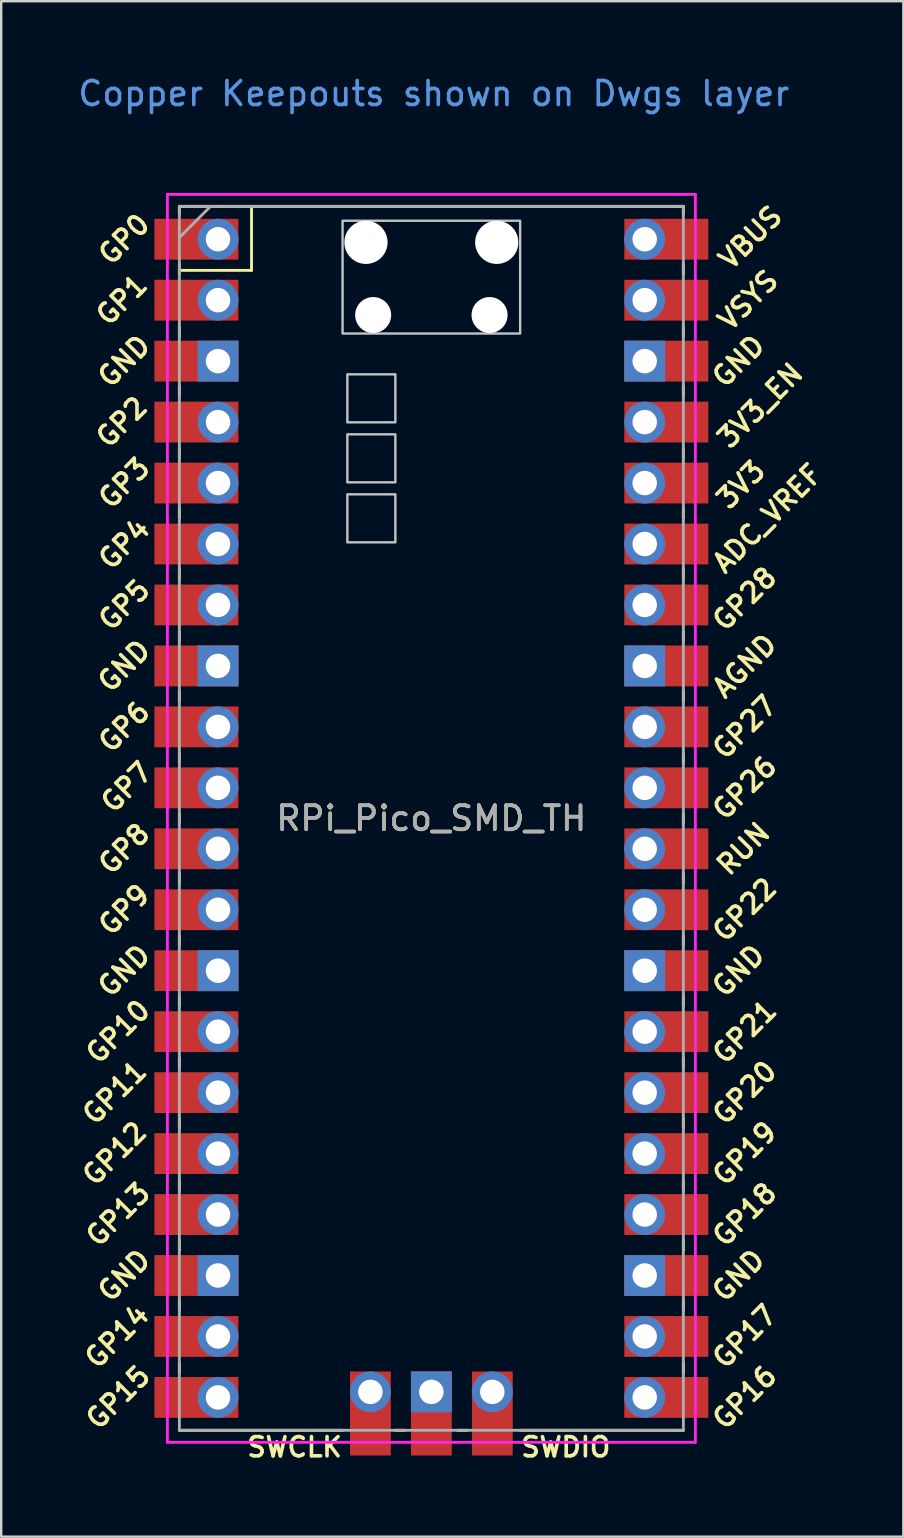
<source format=kicad_pcb>
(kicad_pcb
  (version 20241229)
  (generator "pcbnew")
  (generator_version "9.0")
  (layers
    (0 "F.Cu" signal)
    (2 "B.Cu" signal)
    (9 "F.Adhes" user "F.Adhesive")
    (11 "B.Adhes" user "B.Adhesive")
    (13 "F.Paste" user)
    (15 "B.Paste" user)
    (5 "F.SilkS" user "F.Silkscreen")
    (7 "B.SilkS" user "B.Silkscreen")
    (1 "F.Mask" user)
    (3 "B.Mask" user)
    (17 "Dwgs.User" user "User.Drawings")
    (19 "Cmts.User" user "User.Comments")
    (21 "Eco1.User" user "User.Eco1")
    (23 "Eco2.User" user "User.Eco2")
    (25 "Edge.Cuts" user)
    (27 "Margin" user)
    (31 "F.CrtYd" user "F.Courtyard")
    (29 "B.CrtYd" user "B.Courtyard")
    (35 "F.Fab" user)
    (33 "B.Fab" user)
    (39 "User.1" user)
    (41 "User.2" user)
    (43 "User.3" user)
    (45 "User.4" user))
  (footprint "RPi_Pico_SMD_TH"
    (layer "F.Cu")
    (at 14.924 31.048)
    (property "Reference" "RPi_Pico_SMD_TH" (at 0 0 0) (layer "F.SilkS") (effects (font (size 1 1) (thickness 0.15))))
    (attr through_hole)
    (fp_line (start -10.5 -25.5) (end -10.5 -25.2) (stroke (width 0.12) (type solid)) (layer "F.SilkS"))
    (fp_line (start -10.5 -25.5) (end 10.5 -25.5) (stroke (width 0.12) (type solid)) (layer "F.SilkS"))
    (fp_line (start -10.5 -23.1) (end -10.5 -22.7) (stroke (width 0.12) (type solid)) (layer "F.SilkS"))
    (fp_line (start -10.5 -22.833) (end -7.493 -22.833) (stroke (width 0.12) (type solid)) (layer "F.SilkS"))
    (fp_line (start -10.5 -20.5) (end -10.5 -20.1) (stroke (width 0.12) (type solid)) (layer "F.SilkS"))
    (fp_line (start -10.5 -18) (end -10.5 -17.6) (stroke (width 0.12) (type solid)) (layer "F.SilkS"))
    (fp_line (start -10.5 -15.4) (end -10.5 -15) (stroke (width 0.12) (type solid)) (layer "F.SilkS"))
    (fp_line (start -10.5 -12.9) (end -10.5 -12.5) (stroke (width 0.12) (type solid)) (layer "F.SilkS"))
    (fp_line (start -10.5 -10.4) (end -10.5 -10) (stroke (width 0.12) (type solid)) (layer "F.SilkS"))
    (fp_line (start -10.5 -7.8) (end -10.5 -7.4) (stroke (width 0.12) (type solid)) (layer "F.SilkS"))
    (fp_line (start -10.5 -5.3) (end -10.5 -4.9) (stroke (width 0.12) (type solid)) (layer "F.SilkS"))
    (fp_line (start -10.5 -2.7) (end -10.5 -2.3) (stroke (width 0.12) (type solid)) (layer "F.SilkS"))
    (fp_line (start -10.5 -0.2) (end -10.5 0.2) (stroke (width 0.12) (type solid)) (layer "F.SilkS"))
    (fp_line (start -10.5 2.3) (end -10.5 2.7) (stroke (width 0.12) (type solid)) (layer "F.SilkS"))
    (fp_line (start -10.5 4.9) (end -10.5 5.3) (stroke (width 0.12) (type solid)) (layer "F.SilkS"))
    (fp_line (start -10.5 7.4) (end -10.5 7.8) (stroke (width 0.12) (type solid)) (layer "F.SilkS"))
    (fp_line (start -10.5 10) (end -10.5 10.4) (stroke (width 0.12) (type solid)) (layer "F.SilkS"))
    (fp_line (start -10.5 12.5) (end -10.5 12.9) (stroke (width 0.12) (type solid)) (layer "F.SilkS"))
    (fp_line (start -10.5 15.1) (end -10.5 15.5) (stroke (width 0.12) (type solid)) (layer "F.SilkS"))
    (fp_line (start -10.5 17.6) (end -10.5 18) (stroke (width 0.12) (type solid)) (layer "F.SilkS"))
    (fp_line (start -10.5 20.1) (end -10.5 20.5) (stroke (width 0.12) (type solid)) (layer "F.SilkS"))
    (fp_line (start -10.5 22.7) (end -10.5 23.1) (stroke (width 0.12) (type solid)) (layer "F.SilkS"))
    (fp_line (start -7.493 -22.833) (end -7.493 -25.5) (stroke (width 0.12) (type solid)) (layer "F.SilkS"))
    (fp_line (start -3.7 25.5) (end -10.5 25.5) (stroke (width 0.12) (type solid)) (layer "F.SilkS"))
    (fp_line (start -1.5 25.5) (end -1.1 25.5) (stroke (width 0.12) (type solid)) (layer "F.SilkS"))
    (fp_line (start 1.1 25.5) (end 1.5 25.5) (stroke (width 0.12) (type solid)) (layer "F.SilkS"))
    (fp_line (start 10.5 -25.5) (end 10.5 -25.2) (stroke (width 0.12) (type solid)) (layer "F.SilkS"))
    (fp_line (start 10.5 -23.1) (end 10.5 -22.7) (stroke (width 0.12) (type solid)) (layer "F.SilkS"))
    (fp_line (start 10.5 -20.5) (end 10.5 -20.1) (stroke (width 0.12) (type solid)) (layer "F.SilkS"))
    (fp_line (start 10.5 -18) (end 10.5 -17.6) (stroke (width 0.12) (type solid)) (layer "F.SilkS"))
    (fp_line (start 10.5 -15.4) (end 10.5 -15) (stroke (width 0.12) (type solid)) (layer "F.SilkS"))
    (fp_line (start 10.5 -12.9) (end 10.5 -12.5) (stroke (width 0.12) (type solid)) (layer "F.SilkS"))
    (fp_line (start 10.5 -10.4) (end 10.5 -10) (stroke (width 0.12) (type solid)) (layer "F.SilkS"))
    (fp_line (start 10.5 -7.8) (end 10.5 -7.4) (stroke (width 0.12) (type solid)) (layer "F.SilkS"))
    (fp_line (start 10.5 -5.3) (end 10.5 -4.9) (stroke (width 0.12) (type solid)) (layer "F.SilkS"))
    (fp_line (start 10.5 -2.7) (end 10.5 -2.3) (stroke (width 0.12) (type solid)) (layer "F.SilkS"))
    (fp_line (start 10.5 -0.2) (end 10.5 0.2) (stroke (width 0.12) (type solid)) (layer "F.SilkS"))
    (fp_line (start 10.5 2.3) (end 10.5 2.7) (stroke (width 0.12) (type solid)) (layer "F.SilkS"))
    (fp_line (start 10.5 4.9) (end 10.5 5.3) (stroke (width 0.12) (type solid)) (layer "F.SilkS"))
    (fp_line (start 10.5 7.4) (end 10.5 7.8) (stroke (width 0.12) (type solid)) (layer "F.SilkS"))
    (fp_line (start 10.5 10) (end 10.5 10.4) (stroke (width 0.12) (type solid)) (layer "F.SilkS"))
    (fp_line (start 10.5 12.5) (end 10.5 12.9) (stroke (width 0.12) (type solid)) (layer "F.SilkS"))
    (fp_line (start 10.5 15.1) (end 10.5 15.5) (stroke (width 0.12) (type solid)) (layer "F.SilkS"))
    (fp_line (start 10.5 17.6) (end 10.5 18) (stroke (width 0.12) (type solid)) (layer "F.SilkS"))
    (fp_line (start 10.5 20.1) (end 10.5 20.5) (stroke (width 0.12) (type solid)) (layer "F.SilkS"))
    (fp_line (start 10.5 22.7) (end 10.5 23.1) (stroke (width 0.12) (type solid)) (layer "F.SilkS"))
    (fp_line (start 10.5 25.5) (end 3.7 25.5) (stroke (width 0.12) (type solid)) (layer "F.SilkS"))
    (fp_poly (pts (xy -1.5 -16.5) (xy -3.5 -16.5) (xy -3.5 -18.5) (xy -1.5 -18.5)) (stroke (width 0.1) (type solid)) (fill no) (layer "Dwgs.User"))
    (fp_poly (pts (xy -1.5 -14) (xy -3.5 -14) (xy -3.5 -16) (xy -1.5 -16)) (stroke (width 0.1) (type solid)) (fill no) (layer "Dwgs.User"))
    (fp_poly (pts (xy -1.5 -11.5) (xy -3.5 -11.5) (xy -3.5 -13.5) (xy -1.5 -13.5)) (stroke (width 0.1) (type solid)) (fill no) (layer "Dwgs.User"))
    (fp_poly (pts (xy 3.7 -20.2) (xy -3.7 -20.2) (xy -3.7 -24.9) (xy 3.7 -24.9)) (stroke (width 0.1) (type solid)) (fill no) (layer "Dwgs.User"))
    (fp_line (start -11 -26) (end 11 -26) (stroke (width 0.12) (type solid)) (layer "F.CrtYd"))
    (fp_line (start -11 26) (end -11 -26) (stroke (width 0.12) (type solid)) (layer "F.CrtYd"))
    (fp_line (start 11 -26) (end 11 26) (stroke (width 0.12) (type solid)) (layer "F.CrtYd"))
    (fp_line (start 11 26) (end -11 26) (stroke (width 0.12) (type solid)) (layer "F.CrtYd"))
    (fp_line (start -10.5 -25.5) (end 10.5 -25.5) (stroke (width 0.12) (type solid)) (layer "F.Fab"))
    (fp_line (start -10.5 -24.2) (end -9.2 -25.5) (stroke (width 0.12) (type solid)) (layer "F.Fab"))
    (fp_line (start -10.5 25.5) (end -10.5 -25.5) (stroke (width 0.12) (type solid)) (layer "F.Fab"))
    (fp_line (start 10.5 -25.5) (end 10.5 25.5) (stroke (width 0.12) (type solid)) (layer "F.Fab"))
    (fp_line (start 10.5 25.5) (end -10.5 25.5) (stroke (width 0.12) (type solid)) (layer "F.Fab"))
    (fp_text user "GP9" (at -12.8 3.81 45) (layer "F.SilkS") (effects (font (size 0.8 0.8) (thickness 0.15))))
    (fp_text user "ADC_VREF" (at 14 -12.5 45) (layer "F.SilkS") (effects (font (size 0.8 0.8) (thickness 0.15))))
    (fp_text user "GP3" (at -12.8 -13.97 45) (layer "F.SilkS") (effects (font (size 0.8 0.8) (thickness 0.15))))
    (fp_text user "GP28" (at 13.054 -9.144 45) (layer "F.SilkS") (effects (font (size 0.8 0.8) (thickness 0.15))))
    (fp_text user "GP5" (at -12.8 -8.89 45) (layer "F.SilkS") (effects (font (size 0.8 0.8) (thickness 0.15))))
    (fp_text user "GP6" (at -12.8 -3.81 45) (layer "F.SilkS") (effects (font (size 0.8 0.8) (thickness 0.15))))
    (fp_text user "GP21" (at 13.054 8.9 45) (layer "F.SilkS") (effects (font (size 0.8 0.8) (thickness 0.15))))
    (fp_text user "GND" (at -12.8 6.35 45) (layer "F.SilkS") (effects (font (size 0.8 0.8) (thickness 0.15))))
    (fp_text user "GP2" (at -12.9 -16.51 45) (layer "F.SilkS") (effects (font (size 0.8 0.8) (thickness 0.15))))
    (fp_text user "GND" (at -12.8 -6.35 45) (layer "F.SilkS") (effects (font (size 0.8 0.8) (thickness 0.15))))
    (fp_text user "GP12" (at -13.2 13.97 45) (layer "F.SilkS") (effects (font (size 0.8 0.8) (thickness 0.15))))
    (fp_text user "GND" (at -12.8 -19.05 45) (layer "F.SilkS") (effects (font (size 0.8 0.8) (thickness 0.15))))
    (fp_text user "GND" (at 12.8 19.05 45) (layer "F.SilkS") (effects (font (size 0.8 0.8) (thickness 0.15))))
    (fp_text user "GP11" (at -13.2 11.43 45) (layer "F.SilkS") (effects (font (size 0.8 0.8) (thickness 0.15))))
    (fp_text user "GP17" (at 13.054 21.59 45) (layer "F.SilkS") (effects (font (size 0.8 0.8) (thickness 0.15))))
    (fp_text user "GP10" (at -13.054 8.89 45) (layer "F.SilkS") (effects (font (size 0.8 0.8) (thickness 0.15))))
    (fp_text user "GP13" (at -13.054 16.51 45) (layer "F.SilkS") (effects (font (size 0.8 0.8) (thickness 0.15))))
    (fp_text user "SWCLK" (at -5.7 26.2 0) (layer "F.SilkS") (effects (font (size 0.8 0.8) (thickness 0.15))))
    (fp_text user "SWDIO" (at 5.6 26.2 0) (layer "F.SilkS") (effects (font (size 0.8 0.8) (thickness 0.15))))
    (fp_text user "GP16" (at 13.054 24.13 45) (layer "F.SilkS") (effects (font (size 0.8 0.8) (thickness 0.15))))
    (fp_text user "GP20" (at 13.054 11.43 45) (layer "F.SilkS") (effects (font (size 0.8 0.8) (thickness 0.15))))
    (fp_text user "GP4" (at -12.8 -11.43 45) (layer "F.SilkS") (effects (font (size 0.8 0.8) (thickness 0.15))))
    (fp_text user "3V3" (at 12.9 -13.9 45) (layer "F.SilkS") (effects (font (size 0.8 0.8) (thickness 0.15))))
    (fp_text user "GND" (at 12.8 -19.05 45) (layer "F.SilkS") (effects (font (size 0.8 0.8) (thickness 0.15))))
    (fp_text user "GP7" (at -12.7 -1.3 45) (layer "F.SilkS") (effects (font (size 0.8 0.8) (thickness 0.15))))
    (fp_text user "GND" (at -12.8 19.05 45) (layer "F.SilkS") (effects (font (size 0.8 0.8) (thickness 0.15))))
    (fp_text user "3V3_EN" (at 13.7 -17.2 45) (layer "F.SilkS") (effects (font (size 0.8 0.8) (thickness 0.15))))
    (fp_text user "GP26" (at 13.054 -1.27 45) (layer "F.SilkS") (effects (font (size 0.8 0.8) (thickness 0.15))))
    (fp_text user "GP1" (at -12.9 -21.6 45) (layer "F.SilkS") (effects (font (size 0.8 0.8) (thickness 0.15))))
    (fp_text user "GP15" (at -13.054 24.13 45) (layer "F.SilkS") (effects (font (size 0.8 0.8) (thickness 0.15))))
    (fp_text user "AGND" (at 13.054 -6.35 45) (layer "F.SilkS") (effects (font (size 0.8 0.8) (thickness 0.15))))
    (fp_text user "GP8" (at -12.8 1.27 45) (layer "F.SilkS") (effects (font (size 0.8 0.8) (thickness 0.15))))
    (fp_text user "RUN" (at 13 1.27 45) (layer "F.SilkS") (effects (font (size 0.8 0.8) (thickness 0.15))))
    (fp_text user "GP14" (at -13.1 21.59 45) (layer "F.SilkS") (effects (font (size 0.8 0.8) (thickness 0.15))))
    (fp_text user "GP22" (at 13.054 3.81 45) (layer "F.SilkS") (effects (font (size 0.8 0.8) (thickness 0.15))))
    (fp_text user "VSYS" (at 13.2 -21.59 45) (layer "F.SilkS") (effects (font (size 0.8 0.8) (thickness 0.15))))
    (fp_text user "VBUS" (at 13.3 -24.2 45) (layer "F.SilkS") (effects (font (size 0.8 0.8) (thickness 0.15))))
    (fp_text user "GP18" (at 13.054 16.51 45) (layer "F.SilkS") (effects (font (size 0.8 0.8) (thickness 0.15))))
    (fp_text user "GP0" (at -12.8 -24.13 45) (layer "F.SilkS") (effects (font (size 0.8 0.8) (thickness 0.15))))
    (fp_text user "GND" (at 12.8 6.35 45) (layer "F.SilkS") (effects (font (size 0.8 0.8) (thickness 0.15))))
    (fp_text user "GP27" (at 13.054 -3.8 45) (layer "F.SilkS") (effects (font (size 0.8 0.8) (thickness 0.15))))
    (fp_text user "GP19" (at 13.054 13.97 45) (layer "F.SilkS") (effects (font (size 0.8 0.8) (thickness 0.15))))
    (fp_text user "Copper Keepouts shown on Dwgs layer" (at 0.1 -30.2 0) (layer "Cmts.User") (effects (font (size 1 1) (thickness 0.15))))
    (fp_text user "${REFERENCE}" (at 0 0 180) (layer "F.Fab") (effects (font (size 1 1) (thickness 0.15))))
    (pad "" np_thru_hole oval (at -2.725 -24) (size 1.8 1.8) (drill 1.8) (layers "*.Cu" "*.Mask"))
    (pad "" np_thru_hole oval (at -2.425 -20.97) (size 1.5 1.5) (drill 1.5) (layers "*.Cu" "*.Mask"))
    (pad "" np_thru_hole oval (at 2.425 -20.97) (size 1.5 1.5) (drill 1.5) (layers "*.Cu" "*.Mask"))
    (pad "" np_thru_hole oval (at 2.725 -24) (size 1.8 1.8) (drill 1.8) (layers "*.Cu" "*.Mask"))
    (pad "1" thru_hole oval (at -8.89 -24.13) (size 1.7 1.7) (drill 1.02) (layers "*.Cu" "*.Mask"))
    (pad "1" smd rect (at -8.89 -24.13) (size 3.5 1.7) (drill (offset -0.9 0)) (layers "F.Cu" "F.Mask"))
    (pad "2" thru_hole oval (at -8.89 -21.59) (size 1.7 1.7) (drill 1.02) (layers "*.Cu" "*.Mask"))
    (pad "2" smd rect (at -8.89 -21.59) (size 3.5 1.7) (drill (offset -0.9 0)) (layers "F.Cu" "F.Mask"))
    (pad "3" thru_hole rect (at -8.89 -19.05) (size 1.7 1.7) (drill 1.02) (layers "*.Cu" "*.Mask"))
    (pad "3" smd rect (at -8.89 -19.05) (size 3.5 1.7) (drill (offset -0.9 0)) (layers "F.Cu" "F.Mask"))
    (pad "4" thru_hole oval (at -8.89 -16.51) (size 1.7 1.7) (drill 1.02) (layers "*.Cu" "*.Mask"))
    (pad "4" smd rect (at -8.89 -16.51) (size 3.5 1.7) (drill (offset -0.9 0)) (layers "F.Cu" "F.Mask"))
    (pad "5" thru_hole oval (at -8.89 -13.97) (size 1.7 1.7) (drill 1.02) (layers "*.Cu" "*.Mask"))
    (pad "5" smd rect (at -8.89 -13.97) (size 3.5 1.7) (drill (offset -0.9 0)) (layers "F.Cu" "F.Mask"))
    (pad "6" thru_hole oval (at -8.89 -11.43) (size 1.7 1.7) (drill 1.02) (layers "*.Cu" "*.Mask"))
    (pad "6" smd rect (at -8.89 -11.43) (size 3.5 1.7) (drill (offset -0.9 0)) (layers "F.Cu" "F.Mask"))
    (pad "7" thru_hole oval (at -8.89 -8.89) (size 1.7 1.7) (drill 1.02) (layers "*.Cu" "*.Mask"))
    (pad "7" smd rect (at -8.89 -8.89) (size 3.5 1.7) (drill (offset -0.9 0)) (layers "F.Cu" "F.Mask"))
    (pad "8" thru_hole rect (at -8.89 -6.35) (size 1.7 1.7) (drill 1.02) (layers "*.Cu" "*.Mask"))
    (pad "8" smd rect (at -8.89 -6.35) (size 3.5 1.7) (drill (offset -0.9 0)) (layers "F.Cu" "F.Mask"))
    (pad "9" thru_hole oval (at -8.89 -3.81) (size 1.7 1.7) (drill 1.02) (layers "*.Cu" "*.Mask"))
    (pad "9" smd rect (at -8.89 -3.81) (size 3.5 1.7) (drill (offset -0.9 0)) (layers "F.Cu" "F.Mask"))
    (pad "10" thru_hole oval (at -8.89 -1.27) (size 1.7 1.7) (drill 1.02) (layers "*.Cu" "*.Mask"))
    (pad "10" smd rect (at -8.89 -1.27) (size 3.5 1.7) (drill (offset -0.9 0)) (layers "F.Cu" "F.Mask"))
    (pad "11" thru_hole oval (at -8.89 1.27) (size 1.7 1.7) (drill 1.02) (layers "*.Cu" "*.Mask"))
    (pad "11" smd rect (at -8.89 1.27) (size 3.5 1.7) (drill (offset -0.9 0)) (layers "F.Cu" "F.Mask"))
    (pad "12" thru_hole oval (at -8.89 3.81) (size 1.7 1.7) (drill 1.02) (layers "*.Cu" "*.Mask"))
    (pad "12" smd rect (at -8.89 3.81) (size 3.5 1.7) (drill (offset -0.9 0)) (layers "F.Cu" "F.Mask"))
    (pad "13" thru_hole rect (at -8.89 6.35) (size 1.7 1.7) (drill 1.02) (layers "*.Cu" "*.Mask"))
    (pad "13" smd rect (at -8.89 6.35) (size 3.5 1.7) (drill (offset -0.9 0)) (layers "F.Cu" "F.Mask"))
    (pad "14" thru_hole oval (at -8.89 8.89) (size 1.7 1.7) (drill 1.02) (layers "*.Cu" "*.Mask"))
    (pad "14" smd rect (at -8.89 8.89) (size 3.5 1.7) (drill (offset -0.9 0)) (layers "F.Cu" "F.Mask"))
    (pad "15" thru_hole oval (at -8.89 11.43) (size 1.7 1.7) (drill 1.02) (layers "*.Cu" "*.Mask"))
    (pad "15" smd rect (at -8.89 11.43) (size 3.5 1.7) (drill (offset -0.9 0)) (layers "F.Cu" "F.Mask"))
    (pad "16" thru_hole oval (at -8.89 13.97) (size 1.7 1.7) (drill 1.02) (layers "*.Cu" "*.Mask"))
    (pad "16" smd rect (at -8.89 13.97) (size 3.5 1.7) (drill (offset -0.9 0)) (layers "F.Cu" "F.Mask"))
    (pad "17" thru_hole oval (at -8.89 16.51) (size 1.7 1.7) (drill 1.02) (layers "*.Cu" "*.Mask"))
    (pad "17" smd rect (at -8.89 16.51) (size 3.5 1.7) (drill (offset -0.9 0)) (layers "F.Cu" "F.Mask"))
    (pad "18" thru_hole rect (at -8.89 19.05) (size 1.7 1.7) (drill 1.02) (layers "*.Cu" "*.Mask"))
    (pad "18" smd rect (at -8.89 19.05) (size 3.5 1.7) (drill (offset -0.9 0)) (layers "F.Cu" "F.Mask"))
    (pad "19" thru_hole oval (at -8.89 21.59) (size 1.7 1.7) (drill 1.02) (layers "*.Cu" "*.Mask"))
    (pad "19" smd rect (at -8.89 21.59) (size 3.5 1.7) (drill (offset -0.9 0)) (layers "F.Cu" "F.Mask"))
    (pad "20" thru_hole oval (at -8.89 24.13) (size 1.7 1.7) (drill 1.02) (layers "*.Cu" "*.Mask"))
    (pad "20" smd rect (at -8.89 24.13) (size 3.5 1.7) (drill (offset -0.9 0)) (layers "F.Cu" "F.Mask"))
    (pad "21" thru_hole oval (at 8.89 24.13) (size 1.7 1.7) (drill 1.02) (layers "*.Cu" "*.Mask"))
    (pad "21" smd rect (at 8.89 24.13) (size 3.5 1.7) (drill (offset 0.9 0)) (layers "F.Cu" "F.Mask"))
    (pad "22" thru_hole oval (at 8.89 21.59) (size 1.7 1.7) (drill 1.02) (layers "*.Cu" "*.Mask"))
    (pad "22" smd rect (at 8.89 21.59) (size 3.5 1.7) (drill (offset 0.9 0)) (layers "F.Cu" "F.Mask"))
    (pad "23" thru_hole rect (at 8.89 19.05) (size 1.7 1.7) (drill 1.02) (layers "*.Cu" "*.Mask"))
    (pad "23" smd rect (at 8.89 19.05) (size 3.5 1.7) (drill (offset 0.9 0)) (layers "F.Cu" "F.Mask"))
    (pad "24" thru_hole oval (at 8.89 16.51) (size 1.7 1.7) (drill 1.02) (layers "*.Cu" "*.Mask"))
    (pad "24" smd rect (at 8.89 16.51) (size 3.5 1.7) (drill (offset 0.9 0)) (layers "F.Cu" "F.Mask"))
    (pad "25" thru_hole oval (at 8.89 13.97) (size 1.7 1.7) (drill 1.02) (layers "*.Cu" "*.Mask"))
    (pad "25" smd rect (at 8.89 13.97) (size 3.5 1.7) (drill (offset 0.9 0)) (layers "F.Cu" "F.Mask"))
    (pad "26" thru_hole oval (at 8.89 11.43) (size 1.7 1.7) (drill 1.02) (layers "*.Cu" "*.Mask"))
    (pad "26" smd rect (at 8.89 11.43) (size 3.5 1.7) (drill (offset 0.9 0)) (layers "F.Cu" "F.Mask"))
    (pad "27" thru_hole oval (at 8.89 8.89) (size 1.7 1.7) (drill 1.02) (layers "*.Cu" "*.Mask"))
    (pad "27" smd rect (at 8.89 8.89) (size 3.5 1.7) (drill (offset 0.9 0)) (layers "F.Cu" "F.Mask"))
    (pad "28" thru_hole rect (at 8.89 6.35) (size 1.7 1.7) (drill 1.02) (layers "*.Cu" "*.Mask"))
    (pad "28" smd rect (at 8.89 6.35) (size 3.5 1.7) (drill (offset 0.9 0)) (layers "F.Cu" "F.Mask"))
    (pad "29" thru_hole oval (at 8.89 3.81) (size 1.7 1.7) (drill 1.02) (layers "*.Cu" "*.Mask"))
    (pad "29" smd rect (at 8.89 3.81) (size 3.5 1.7) (drill (offset 0.9 0)) (layers "F.Cu" "F.Mask"))
    (pad "30" thru_hole oval (at 8.89 1.27) (size 1.7 1.7) (drill 1.02) (layers "*.Cu" "*.Mask"))
    (pad "30" smd rect (at 8.89 1.27) (size 3.5 1.7) (drill (offset 0.9 0)) (layers "F.Cu" "F.Mask"))
    (pad "31" thru_hole oval (at 8.89 -1.27) (size 1.7 1.7) (drill 1.02) (layers "*.Cu" "*.Mask"))
    (pad "31" smd rect (at 8.89 -1.27) (size 3.5 1.7) (drill (offset 0.9 0)) (layers "F.Cu" "F.Mask"))
    (pad "32" thru_hole oval (at 8.89 -3.81) (size 1.7 1.7) (drill 1.02) (layers "*.Cu" "*.Mask"))
    (pad "32" smd rect (at 8.89 -3.81) (size 3.5 1.7) (drill (offset 0.9 0)) (layers "F.Cu" "F.Mask"))
    (pad "33" thru_hole rect (at 8.89 -6.35) (size 1.7 1.7) (drill 1.02) (layers "*.Cu" "*.Mask"))
    (pad "33" smd rect (at 8.89 -6.35) (size 3.5 1.7) (drill (offset 0.9 0)) (layers "F.Cu" "F.Mask"))
    (pad "34" thru_hole oval (at 8.89 -8.89) (size 1.7 1.7) (drill 1.02) (layers "*.Cu" "*.Mask"))
    (pad "34" smd rect (at 8.89 -8.89) (size 3.5 1.7) (drill (offset 0.9 0)) (layers "F.Cu" "F.Mask"))
    (pad "35" thru_hole oval (at 8.89 -11.43) (size 1.7 1.7) (drill 1.02) (layers "*.Cu" "*.Mask"))
    (pad "35" smd rect (at 8.89 -11.43) (size 3.5 1.7) (drill (offset 0.9 0)) (layers "F.Cu" "F.Mask"))
    (pad "36" thru_hole oval (at 8.89 -13.97) (size 1.7 1.7) (drill 1.02) (layers "*.Cu" "*.Mask"))
    (pad "36" smd rect (at 8.89 -13.97) (size 3.5 1.7) (drill (offset 0.9 0)) (layers "F.Cu" "F.Mask"))
    (pad "37" thru_hole oval (at 8.89 -16.51) (size 1.7 1.7) (drill 1.02) (layers "*.Cu" "*.Mask"))
    (pad "37" smd rect (at 8.89 -16.51) (size 3.5 1.7) (drill (offset 0.9 0)) (layers "F.Cu" "F.Mask"))
    (pad "38" thru_hole rect (at 8.89 -19.05) (size 1.7 1.7) (drill 1.02) (layers "*.Cu" "*.Mask"))
    (pad "38" smd rect (at 8.89 -19.05) (size 3.5 1.7) (drill (offset 0.9 0)) (layers "F.Cu" "F.Mask"))
    (pad "39" thru_hole oval (at 8.89 -21.59) (size 1.7 1.7) (drill 1.02) (layers "*.Cu" "*.Mask"))
    (pad "39" smd rect (at 8.89 -21.59) (size 3.5 1.7) (drill (offset 0.9 0)) (layers "F.Cu" "F.Mask"))
    (pad "40" thru_hole oval (at 8.89 -24.13) (size 1.7 1.7) (drill 1.02) (layers "*.Cu" "*.Mask"))
    (pad "40" smd rect (at 8.89 -24.13) (size 3.5 1.7) (drill (offset 0.9 0)) (layers "F.Cu" "F.Mask"))
    (pad "41" thru_hole oval (at -2.54 23.9) (size 1.7 1.7) (drill 1.02) (layers "*.Cu" "*.Mask"))
    (pad "41" smd rect (at -2.54 23.9 90) (size 3.5 1.7) (drill (offset -0.9 0)) (layers "F.Cu" "F.Mask"))
    (pad "42" thru_hole rect (at 0 23.9) (size 1.7 1.7) (drill 1.02) (layers "*.Cu" "*.Mask"))
    (pad "42" smd rect (at 0 23.9 90) (size 3.5 1.7) (drill (offset -0.9 0)) (layers "F.Cu" "F.Mask"))
    (pad "43" thru_hole oval (at 2.54 23.9) (size 1.7 1.7) (drill 1.02) (layers "*.Cu" "*.Mask"))
    (pad "43" smd rect (at 2.54 23.9 90) (size 3.5 1.7) (drill (offset -0.9 0)) (layers "F.Cu" "F.Mask")))
  (gr_rect
    (start -3 -3)
    (end 34.591 60.98)
    (stroke (width 0.1) (type default))
    (fill no)
    (layer "Edge.Cuts")))
</source>
